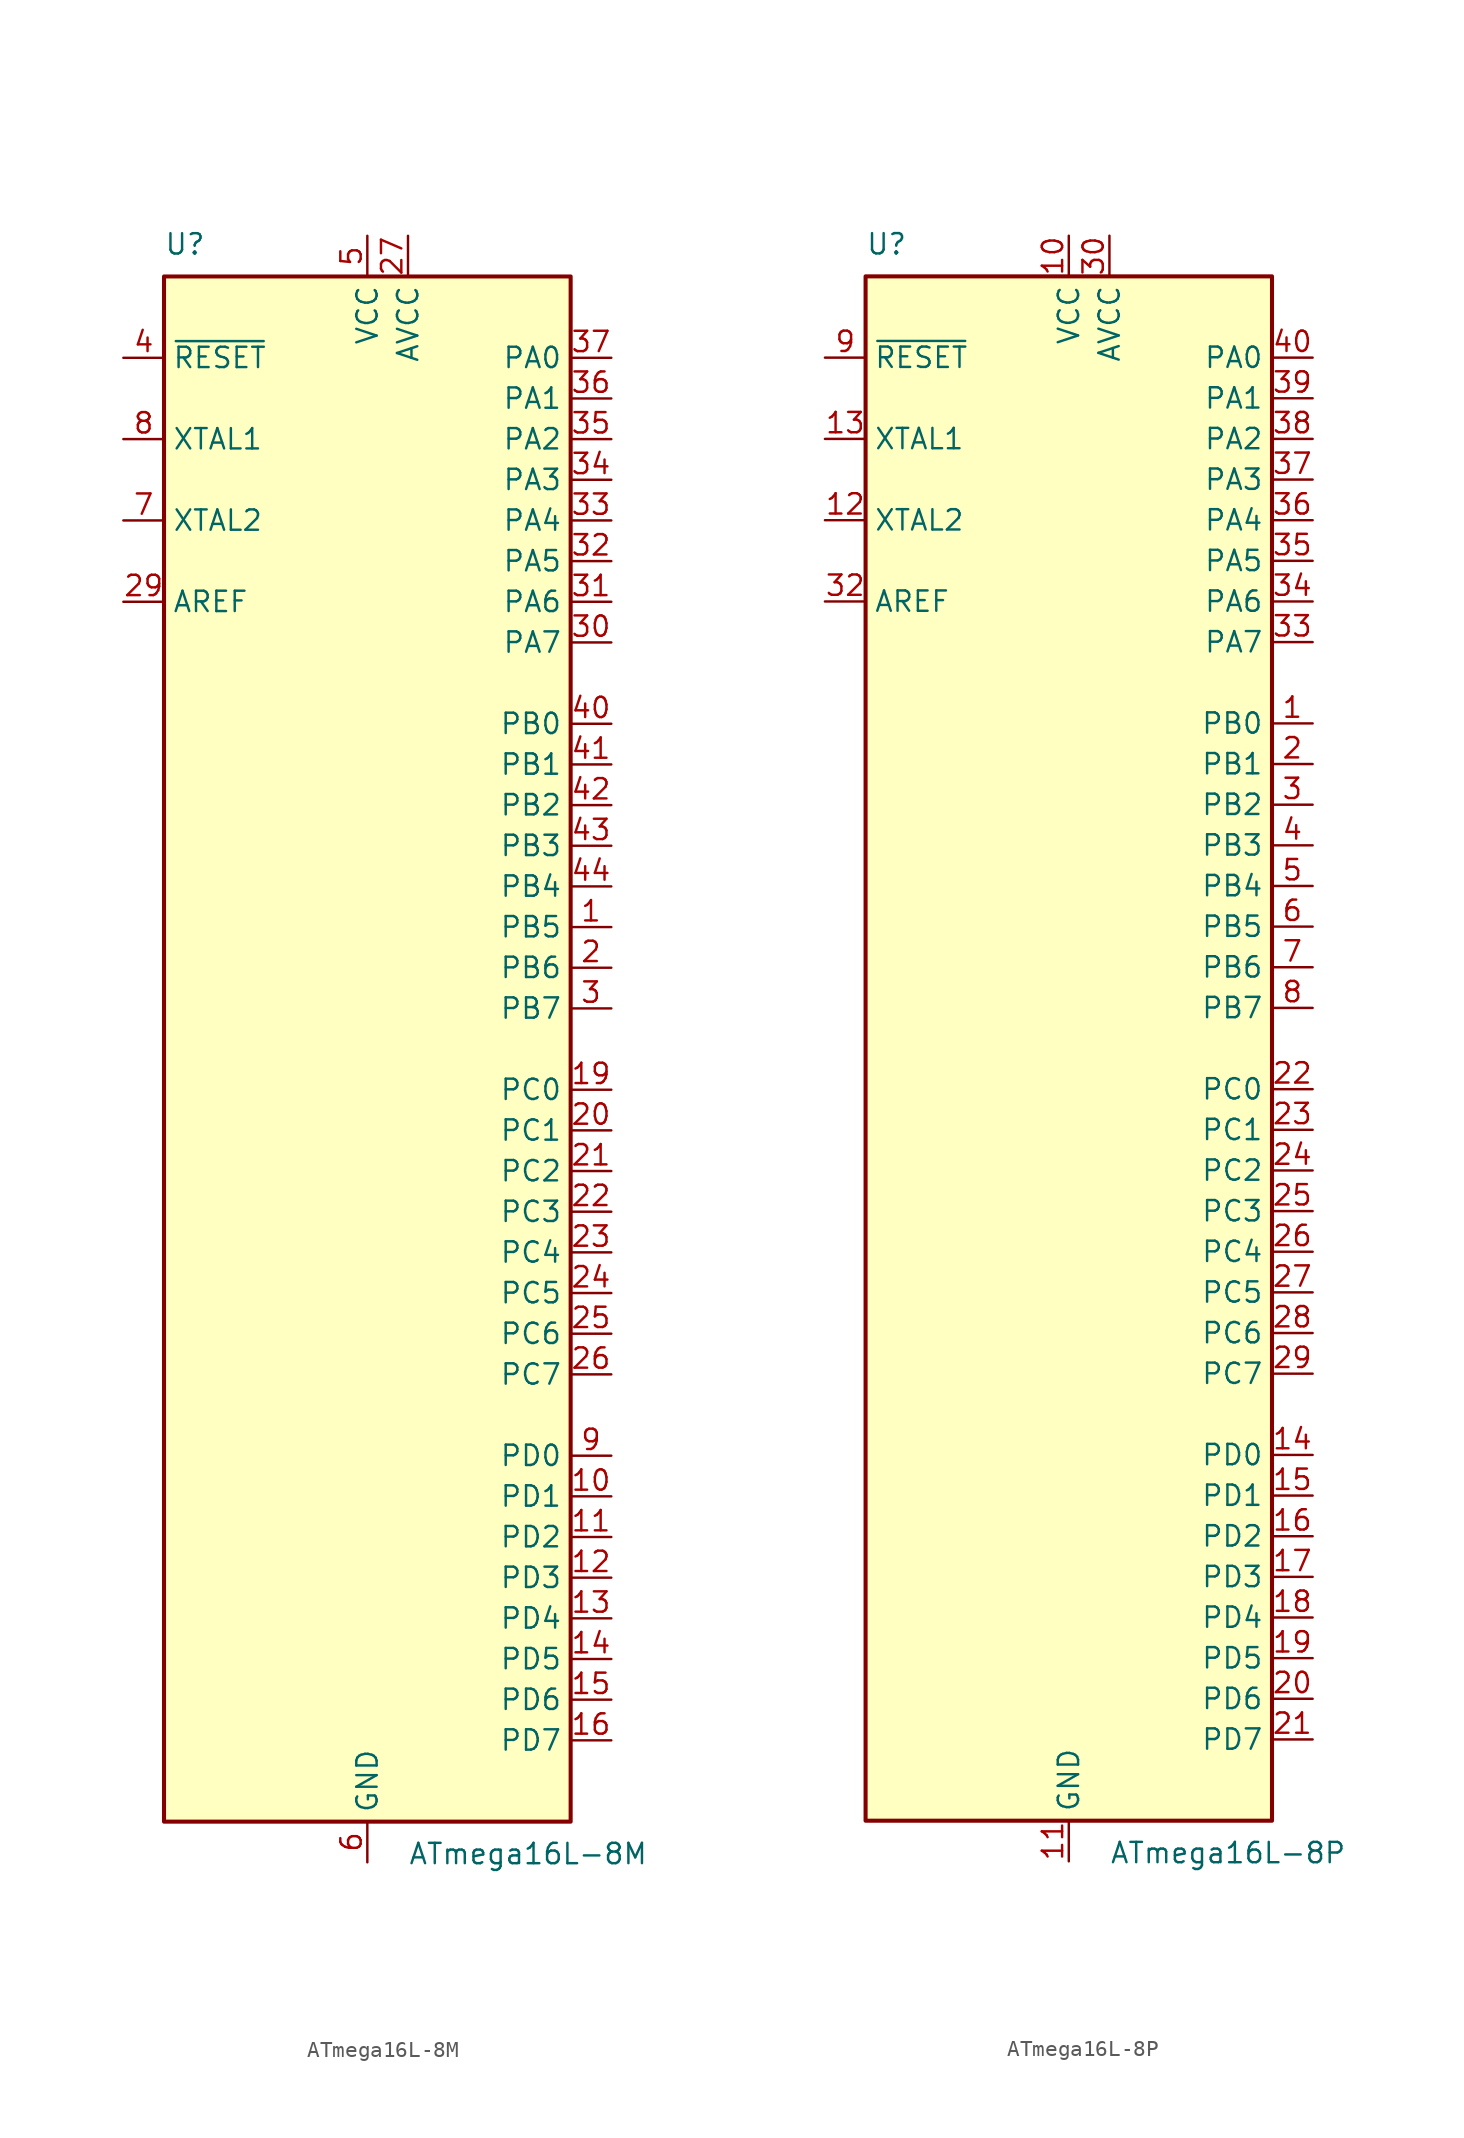
<source format=kicad_sym>
(kicad_symbol_lib
  (version 20201005)
  (generator kicad_symbol_editor)
  (symbol "MCU_Microchip_ATmega:ATmega16L-8M"
    (property "Reference" "U"
      (at -12.7 49.53 0)
      (effects (font (size 1.27 1.27)) (justify left bottom)))
    (property "Value" "ATmega16L-8M"
      (at 2.54 -49.53 0)
      (effects (font (size 1.27 1.27)) (justify left top)))
    (symbol "ATmega16L-8M_0_1"
      (rectangle (start -12.7 -48.26) (end 12.7 48.26) (stroke (width 0.254)) (fill (type background))))
    (symbol "ATmega16L-8M_1_1"
      (pin bidirectional line (at 15.24 7.62 180) (length 2.54) (name "PB5" (effects (font (size 1.27 1.27)))) (number "1" (effects (font (size 1.27 1.27)))))
      (pin bidirectional line (at 15.24 -27.94 180) (length 2.54) (name "PD1" (effects (font (size 1.27 1.27)))) (number "10" (effects (font (size 1.27 1.27)))))
      (pin bidirectional line (at 15.24 -30.48 180) (length 2.54) (name "PD2" (effects (font (size 1.27 1.27)))) (number "11" (effects (font (size 1.27 1.27)))))
      (pin bidirectional line (at 15.24 -33.02 180) (length 2.54) (name "PD3" (effects (font (size 1.27 1.27)))) (number "12" (effects (font (size 1.27 1.27)))))
      (pin bidirectional line (at 15.24 -35.56 180) (length 2.54) (name "PD4" (effects (font (size 1.27 1.27)))) (number "13" (effects (font (size 1.27 1.27)))))
      (pin bidirectional line (at 15.24 -38.1 180) (length 2.54) (name "PD5" (effects (font (size 1.27 1.27)))) (number "14" (effects (font (size 1.27 1.27)))))
      (pin bidirectional line (at 15.24 -40.64 180) (length 2.54) (name "PD6" (effects (font (size 1.27 1.27)))) (number "15" (effects (font (size 1.27 1.27)))))
      (pin bidirectional line (at 15.24 -43.18 180) (length 2.54) (name "PD7" (effects (font (size 1.27 1.27)))) (number "16" (effects (font (size 1.27 1.27)))))
      (pin passive line (at 0 50.8 270) (length 2.54) hide (name "VCC" (effects (font (size 1.27 1.27)))) (number "17" (effects (font (size 1.27 1.27)))))
      (pin passive line (at 0 -50.8 90) (length 2.54) hide (name "GND" (effects (font (size 1.27 1.27)))) (number "18" (effects (font (size 1.27 1.27)))))
      (pin bidirectional line (at 15.24 -2.54 180) (length 2.54) (name "PC0" (effects (font (size 1.27 1.27)))) (number "19" (effects (font (size 1.27 1.27)))))
      (pin bidirectional line (at 15.24 5.08 180) (length 2.54) (name "PB6" (effects (font (size 1.27 1.27)))) (number "2" (effects (font (size 1.27 1.27)))))
      (pin bidirectional line (at 15.24 -5.08 180) (length 2.54) (name "PC1" (effects (font (size 1.27 1.27)))) (number "20" (effects (font (size 1.27 1.27)))))
      (pin bidirectional line (at 15.24 -7.62 180) (length 2.54) (name "PC2" (effects (font (size 1.27 1.27)))) (number "21" (effects (font (size 1.27 1.27)))))
      (pin bidirectional line (at 15.24 -10.16 180) (length 2.54) (name "PC3" (effects (font (size 1.27 1.27)))) (number "22" (effects (font (size 1.27 1.27)))))
      (pin bidirectional line (at 15.24 -12.7 180) (length 2.54) (name "PC4" (effects (font (size 1.27 1.27)))) (number "23" (effects (font (size 1.27 1.27)))))
      (pin bidirectional line (at 15.24 -15.24 180) (length 2.54) (name "PC5" (effects (font (size 1.27 1.27)))) (number "24" (effects (font (size 1.27 1.27)))))
      (pin bidirectional line (at 15.24 -17.78 180) (length 2.54) (name "PC6" (effects (font (size 1.27 1.27)))) (number "25" (effects (font (size 1.27 1.27)))))
      (pin bidirectional line (at 15.24 -20.32 180) (length 2.54) (name "PC7" (effects (font (size 1.27 1.27)))) (number "26" (effects (font (size 1.27 1.27)))))
      (pin power_in line (at 2.54 50.8 270) (length 2.54) (name "AVCC" (effects (font (size 1.27 1.27)))) (number "27" (effects (font (size 1.27 1.27)))))
      (pin passive line (at 0 -50.8 90) (length 2.54) hide (name "GND" (effects (font (size 1.27 1.27)))) (number "28" (effects (font (size 1.27 1.27)))))
      (pin passive line (at -15.24 27.94 0) (length 2.54) (name "AREF" (effects (font (size 1.27 1.27)))) (number "29" (effects (font (size 1.27 1.27)))))
      (pin bidirectional line (at 15.24 2.54 180) (length 2.54) (name "PB7" (effects (font (size 1.27 1.27)))) (number "3" (effects (font (size 1.27 1.27)))))
      (pin bidirectional line (at 15.24 25.4 180) (length 2.54) (name "PA7" (effects (font (size 1.27 1.27)))) (number "30" (effects (font (size 1.27 1.27)))))
      (pin bidirectional line (at 15.24 27.94 180) (length 2.54) (name "PA6" (effects (font (size 1.27 1.27)))) (number "31" (effects (font (size 1.27 1.27)))))
      (pin bidirectional line (at 15.24 30.48 180) (length 2.54) (name "PA5" (effects (font (size 1.27 1.27)))) (number "32" (effects (font (size 1.27 1.27)))))
      (pin bidirectional line (at 15.24 33.02 180) (length 2.54) (name "PA4" (effects (font (size 1.27 1.27)))) (number "33" (effects (font (size 1.27 1.27)))))
      (pin bidirectional line (at 15.24 35.56 180) (length 2.54) (name "PA3" (effects (font (size 1.27 1.27)))) (number "34" (effects (font (size 1.27 1.27)))))
      (pin bidirectional line (at 15.24 38.1 180) (length 2.54) (name "PA2" (effects (font (size 1.27 1.27)))) (number "35" (effects (font (size 1.27 1.27)))))
      (pin bidirectional line (at 15.24 40.64 180) (length 2.54) (name "PA1" (effects (font (size 1.27 1.27)))) (number "36" (effects (font (size 1.27 1.27)))))
      (pin bidirectional line (at 15.24 43.18 180) (length 2.54) (name "PA0" (effects (font (size 1.27 1.27)))) (number "37" (effects (font (size 1.27 1.27)))))
      (pin passive line (at 0 50.8 270) (length 2.54) hide (name "VCC" (effects (font (size 1.27 1.27)))) (number "38" (effects (font (size 1.27 1.27)))))
      (pin passive line (at 0 -50.8 90) (length 2.54) hide (name "GND" (effects (font (size 1.27 1.27)))) (number "39" (effects (font (size 1.27 1.27)))))
      (pin input line (at -15.24 43.18 0) (length 2.54) (name "~RESET" (effects (font (size 1.27 1.27)))) (number "4" (effects (font (size 1.27 1.27)))))
      (pin bidirectional line (at 15.24 20.32 180) (length 2.54) (name "PB0" (effects (font (size 1.27 1.27)))) (number "40" (effects (font (size 1.27 1.27)))))
      (pin bidirectional line (at 15.24 17.78 180) (length 2.54) (name "PB1" (effects (font (size 1.27 1.27)))) (number "41" (effects (font (size 1.27 1.27)))))
      (pin bidirectional line (at 15.24 15.24 180) (length 2.54) (name "PB2" (effects (font (size 1.27 1.27)))) (number "42" (effects (font (size 1.27 1.27)))))
      (pin bidirectional line (at 15.24 12.7 180) (length 2.54) (name "PB3" (effects (font (size 1.27 1.27)))) (number "43" (effects (font (size 1.27 1.27)))))
      (pin bidirectional line (at 15.24 10.16 180) (length 2.54) (name "PB4" (effects (font (size 1.27 1.27)))) (number "44" (effects (font (size 1.27 1.27)))))
      (pin passive line (at 0 -50.8 90) (length 2.54) hide (name "GND" (effects (font (size 1.27 1.27)))) (number "45" (effects (font (size 1.27 1.27)))))
      (pin power_in line (at 0 50.8 270) (length 2.54) (name "VCC" (effects (font (size 1.27 1.27)))) (number "5" (effects (font (size 1.27 1.27)))))
      (pin power_in line (at 0 -50.8 90) (length 2.54) (name "GND" (effects (font (size 1.27 1.27)))) (number "6" (effects (font (size 1.27 1.27)))))
      (pin output line (at -15.24 33.02 0) (length 2.54) (name "XTAL2" (effects (font (size 1.27 1.27)))) (number "7" (effects (font (size 1.27 1.27)))))
      (pin input line (at -15.24 38.1 0) (length 2.54) (name "XTAL1" (effects (font (size 1.27 1.27)))) (number "8" (effects (font (size 1.27 1.27)))))
      (pin bidirectional line (at 15.24 -25.4 180) (length 2.54) (name "PD0" (effects (font (size 1.27 1.27)))) (number "9" (effects (font (size 1.27 1.27)))))))
  (symbol "MCU_Microchip_ATmega:ATmega16L-8P"
    (property "Reference" "U"
      (at -12.7 49.53 0)
      (effects (font (size 1.27 1.27)) (justify left bottom)))
    (property "Value" "ATmega16L-8P"
      (at 2.54 -49.53 0)
      (effects (font (size 1.27 1.27)) (justify left top)))
    (symbol "ATmega16L-8P_0_1"
      (rectangle (start -12.7 -48.26) (end 12.7 48.26) (stroke (width 0.254)) (fill (type background))))
    (symbol "ATmega16L-8P_1_1"
      (pin bidirectional line (at 15.24 20.32 180) (length 2.54) (name "PB0" (effects (font (size 1.27 1.27)))) (number "1" (effects (font (size 1.27 1.27)))))
      (pin power_in line (at 0 50.8 270) (length 2.54) (name "VCC" (effects (font (size 1.27 1.27)))) (number "10" (effects (font (size 1.27 1.27)))))
      (pin power_in line (at 0 -50.8 90) (length 2.54) (name "GND" (effects (font (size 1.27 1.27)))) (number "11" (effects (font (size 1.27 1.27)))))
      (pin output line (at -15.24 33.02 0) (length 2.54) (name "XTAL2" (effects (font (size 1.27 1.27)))) (number "12" (effects (font (size 1.27 1.27)))))
      (pin input line (at -15.24 38.1 0) (length 2.54) (name "XTAL1" (effects (font (size 1.27 1.27)))) (number "13" (effects (font (size 1.27 1.27)))))
      (pin bidirectional line (at 15.24 -25.4 180) (length 2.54) (name "PD0" (effects (font (size 1.27 1.27)))) (number "14" (effects (font (size 1.27 1.27)))))
      (pin bidirectional line (at 15.24 -27.94 180) (length 2.54) (name "PD1" (effects (font (size 1.27 1.27)))) (number "15" (effects (font (size 1.27 1.27)))))
      (pin bidirectional line (at 15.24 -30.48 180) (length 2.54) (name "PD2" (effects (font (size 1.27 1.27)))) (number "16" (effects (font (size 1.27 1.27)))))
      (pin bidirectional line (at 15.24 -33.02 180) (length 2.54) (name "PD3" (effects (font (size 1.27 1.27)))) (number "17" (effects (font (size 1.27 1.27)))))
      (pin bidirectional line (at 15.24 -35.56 180) (length 2.54) (name "PD4" (effects (font (size 1.27 1.27)))) (number "18" (effects (font (size 1.27 1.27)))))
      (pin bidirectional line (at 15.24 -38.1 180) (length 2.54) (name "PD5" (effects (font (size 1.27 1.27)))) (number "19" (effects (font (size 1.27 1.27)))))
      (pin bidirectional line (at 15.24 17.78 180) (length 2.54) (name "PB1" (effects (font (size 1.27 1.27)))) (number "2" (effects (font (size 1.27 1.27)))))
      (pin bidirectional line (at 15.24 -40.64 180) (length 2.54) (name "PD6" (effects (font (size 1.27 1.27)))) (number "20" (effects (font (size 1.27 1.27)))))
      (pin bidirectional line (at 15.24 -43.18 180) (length 2.54) (name "PD7" (effects (font (size 1.27 1.27)))) (number "21" (effects (font (size 1.27 1.27)))))
      (pin bidirectional line (at 15.24 -2.54 180) (length 2.54) (name "PC0" (effects (font (size 1.27 1.27)))) (number "22" (effects (font (size 1.27 1.27)))))
      (pin bidirectional line (at 15.24 -5.08 180) (length 2.54) (name "PC1" (effects (font (size 1.27 1.27)))) (number "23" (effects (font (size 1.27 1.27)))))
      (pin bidirectional line (at 15.24 -7.62 180) (length 2.54) (name "PC2" (effects (font (size 1.27 1.27)))) (number "24" (effects (font (size 1.27 1.27)))))
      (pin bidirectional line (at 15.24 -10.16 180) (length 2.54) (name "PC3" (effects (font (size 1.27 1.27)))) (number "25" (effects (font (size 1.27 1.27)))))
      (pin bidirectional line (at 15.24 -12.7 180) (length 2.54) (name "PC4" (effects (font (size 1.27 1.27)))) (number "26" (effects (font (size 1.27 1.27)))))
      (pin bidirectional line (at 15.24 -15.24 180) (length 2.54) (name "PC5" (effects (font (size 1.27 1.27)))) (number "27" (effects (font (size 1.27 1.27)))))
      (pin bidirectional line (at 15.24 -17.78 180) (length 2.54) (name "PC6" (effects (font (size 1.27 1.27)))) (number "28" (effects (font (size 1.27 1.27)))))
      (pin bidirectional line (at 15.24 -20.32 180) (length 2.54) (name "PC7" (effects (font (size 1.27 1.27)))) (number "29" (effects (font (size 1.27 1.27)))))
      (pin bidirectional line (at 15.24 15.24 180) (length 2.54) (name "PB2" (effects (font (size 1.27 1.27)))) (number "3" (effects (font (size 1.27 1.27)))))
      (pin power_in line (at 2.54 50.8 270) (length 2.54) (name "AVCC" (effects (font (size 1.27 1.27)))) (number "30" (effects (font (size 1.27 1.27)))))
      (pin passive line (at 0 -50.8 90) (length 2.54) hide (name "GND" (effects (font (size 1.27 1.27)))) (number "31" (effects (font (size 1.27 1.27)))))
      (pin passive line (at -15.24 27.94 0) (length 2.54) (name "AREF" (effects (font (size 1.27 1.27)))) (number "32" (effects (font (size 1.27 1.27)))))
      (pin bidirectional line (at 15.24 25.4 180) (length 2.54) (name "PA7" (effects (font (size 1.27 1.27)))) (number "33" (effects (font (size 1.27 1.27)))))
      (pin bidirectional line (at 15.24 27.94 180) (length 2.54) (name "PA6" (effects (font (size 1.27 1.27)))) (number "34" (effects (font (size 1.27 1.27)))))
      (pin bidirectional line (at 15.24 30.48 180) (length 2.54) (name "PA5" (effects (font (size 1.27 1.27)))) (number "35" (effects (font (size 1.27 1.27)))))
      (pin bidirectional line (at 15.24 33.02 180) (length 2.54) (name "PA4" (effects (font (size 1.27 1.27)))) (number "36" (effects (font (size 1.27 1.27)))))
      (pin bidirectional line (at 15.24 35.56 180) (length 2.54) (name "PA3" (effects (font (size 1.27 1.27)))) (number "37" (effects (font (size 1.27 1.27)))))
      (pin bidirectional line (at 15.24 38.1 180) (length 2.54) (name "PA2" (effects (font (size 1.27 1.27)))) (number "38" (effects (font (size 1.27 1.27)))))
      (pin bidirectional line (at 15.24 40.64 180) (length 2.54) (name "PA1" (effects (font (size 1.27 1.27)))) (number "39" (effects (font (size 1.27 1.27)))))
      (pin bidirectional line (at 15.24 12.7 180) (length 2.54) (name "PB3" (effects (font (size 1.27 1.27)))) (number "4" (effects (font (size 1.27 1.27)))))
      (pin bidirectional line (at 15.24 43.18 180) (length 2.54) (name "PA0" (effects (font (size 1.27 1.27)))) (number "40" (effects (font (size 1.27 1.27)))))
      (pin bidirectional line (at 15.24 10.16 180) (length 2.54) (name "PB4" (effects (font (size 1.27 1.27)))) (number "5" (effects (font (size 1.27 1.27)))))
      (pin bidirectional line (at 15.24 7.62 180) (length 2.54) (name "PB5" (effects (font (size 1.27 1.27)))) (number "6" (effects (font (size 1.27 1.27)))))
      (pin bidirectional line (at 15.24 5.08 180) (length 2.54) (name "PB6" (effects (font (size 1.27 1.27)))) (number "7" (effects (font (size 1.27 1.27)))))
      (pin bidirectional line (at 15.24 2.54 180) (length 2.54) (name "PB7" (effects (font (size 1.27 1.27)))) (number "8" (effects (font (size 1.27 1.27)))))
      (pin input line (at -15.24 43.18 0) (length 2.54) (name "~RESET" (effects (font (size 1.27 1.27)))) (number "9" (effects (font (size 1.27 1.27))))))))
</source>
